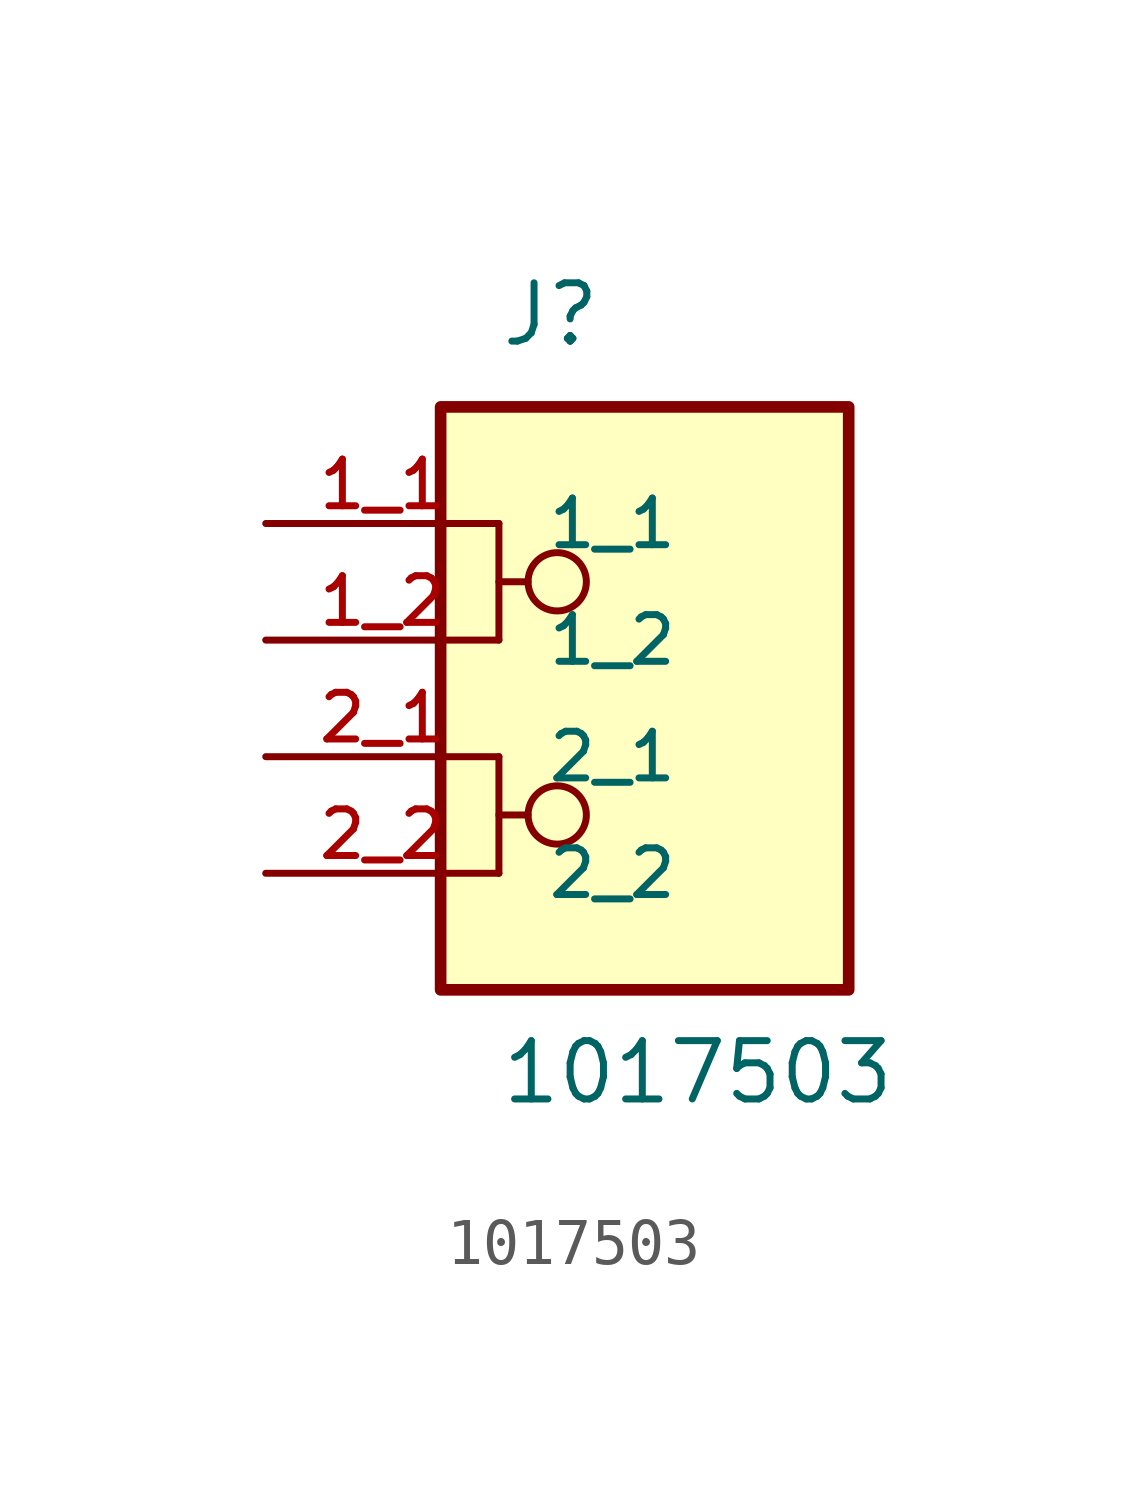
<source format=kicad_sym>
(kicad_symbol_lib
  (version 20241209)
  (generator "kicad_symbol_editor")
  (generator_version "9.0")
  (symbol "1017503"
    (pin_names
      (offset 1.016))
    (property "Reference" "J"
      (at -2.54 6.35 0)
      (effects (font (size 1.27 1.27)) (justify left bottom)))
    (property "Value" "1017503"
      (at -2.54 -10.16 0)
      (effects (font (size 1.27 1.27)) (justify left bottom)))
    (symbol "1017503_0_0"
      (rectangle (start -3.81 -7.62) (end 5.08 5.08) (stroke (width 0.254) (type default)) (fill (type background)))
      (polyline (pts (xy -2.54 2.54) (xy -2.54 0)) (stroke (width 0.152) (type default)) (fill (type none)))
      (polyline (pts (xy -2.54 1.27) (xy -1.905 1.27)) (stroke (width 0.152) (type default)) (fill (type none)))
      (polyline (pts (xy -2.54 -2.54) (xy -2.54 -5.08)) (stroke (width 0.152) (type default)) (fill (type none)))
      (polyline (pts (xy -2.54 -3.81) (xy -1.905 -3.81)) (stroke (width 0.152) (type default)) (fill (type none)))
      (circle (center -1.27 1.27) (radius 0.635) (stroke (width 0.152) (type default)) (fill (type none)))
      (circle (center -1.27 -3.81) (radius 0.635) (stroke (width 0.152) (type default)) (fill (type none)))
      (pin passive line (at -7.62 2.54 0) (length 5.08) (name "1_1" (effects (font (size 1.016 1.016)))) (number "1_1" (effects (font (size 1.016 1.016)))))
      (pin passive line (at -7.62 0 0) (length 5.08) (name "1_2" (effects (font (size 1.016 1.016)))) (number "1_2" (effects (font (size 1.016 1.016)))))
      (pin passive line (at -7.62 -2.54 0) (length 5.08) (name "2_1" (effects (font (size 1.016 1.016)))) (number "2_1" (effects (font (size 1.016 1.016)))))
      (pin passive line (at -7.62 -5.08 0) (length 5.08) (name "2_2" (effects (font (size 1.016 1.016)))) (number "2_2" (effects (font (size 1.016 1.016))))))))
</source>
